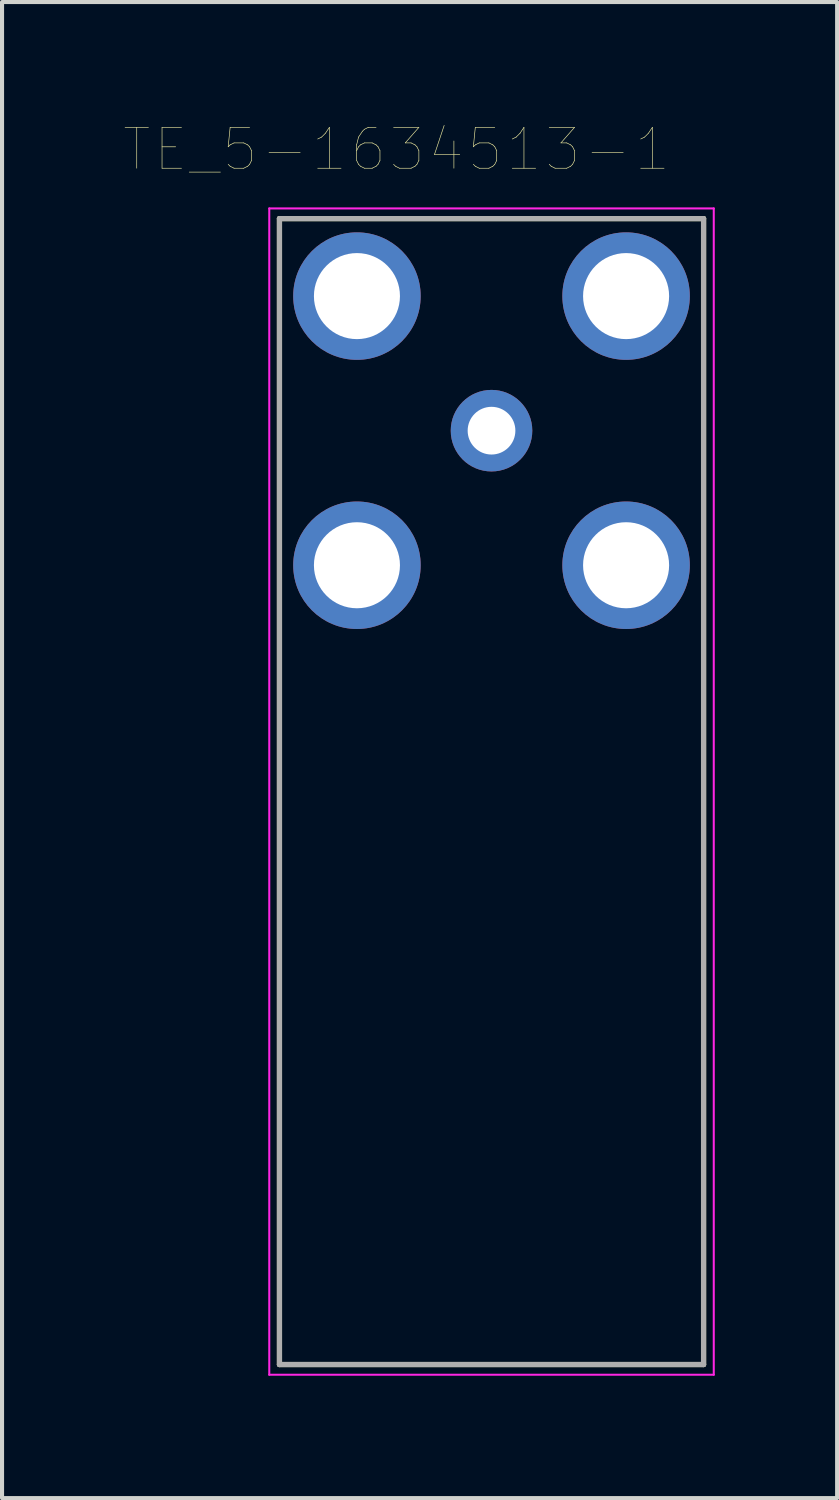
<source format=kicad_pcb>
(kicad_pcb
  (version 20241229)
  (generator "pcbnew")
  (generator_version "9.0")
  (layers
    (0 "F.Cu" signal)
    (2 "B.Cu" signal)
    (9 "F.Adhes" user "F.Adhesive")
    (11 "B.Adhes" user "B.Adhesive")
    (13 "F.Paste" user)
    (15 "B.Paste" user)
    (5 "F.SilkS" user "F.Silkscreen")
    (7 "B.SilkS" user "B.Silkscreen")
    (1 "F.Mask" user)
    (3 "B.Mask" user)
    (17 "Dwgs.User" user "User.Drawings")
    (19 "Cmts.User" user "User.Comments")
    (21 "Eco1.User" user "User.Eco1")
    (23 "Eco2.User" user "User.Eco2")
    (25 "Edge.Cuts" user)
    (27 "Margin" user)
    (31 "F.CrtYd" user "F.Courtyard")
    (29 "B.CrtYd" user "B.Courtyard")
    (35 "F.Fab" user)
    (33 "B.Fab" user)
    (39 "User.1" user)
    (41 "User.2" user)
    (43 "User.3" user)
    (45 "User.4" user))
  (footprint "TE_5-1634513-1"
    (layer "F.Cu")
    (at 9.003 7.511)
    (property "Reference" "TE_5-1634513-1" (at -2.33 -6.899 0) (layer "F.SilkS") (effects (font (size 1.002 1.002) (thickness 0.015))))
    (attr through_hole)
    (fp_line (start -5.2 -5.2) (end 5.2 -5.2) (stroke (width 0.127) (type solid)) (layer "F.SilkS"))
    (fp_line (start -5.2 22.9) (end -5.2 -5.2) (stroke (width 0.127) (type solid)) (layer "F.SilkS"))
    (fp_line (start 5.2 -5.2) (end 5.2 22.9) (stroke (width 0.127) (type solid)) (layer "F.SilkS"))
    (fp_line (start 5.2 22.9) (end -5.2 22.9) (stroke (width 0.127) (type solid)) (layer "F.SilkS"))
    (fp_line (start -5.45 -5.45) (end 5.45 -5.45) (stroke (width 0.05) (type solid)) (layer "F.CrtYd"))
    (fp_line (start -5.45 23.15) (end -5.45 -5.45) (stroke (width 0.05) (type solid)) (layer "F.CrtYd"))
    (fp_line (start 5.45 -5.45) (end 5.45 23.15) (stroke (width 0.05) (type solid)) (layer "F.CrtYd"))
    (fp_line (start 5.45 23.15) (end -5.45 23.15) (stroke (width 0.05) (type solid)) (layer "F.CrtYd"))
    (fp_line (start -5.2 -5.2) (end 5.2 -5.2) (stroke (width 0.127) (type solid)) (layer "F.Fab"))
    (fp_line (start -5.2 22.9) (end -5.2 -5.2) (stroke (width 0.127) (type solid)) (layer "F.Fab"))
    (fp_line (start 5.2 -5.2) (end 5.2 22.9) (stroke (width 0.127) (type solid)) (layer "F.Fab"))
    (fp_line (start 5.2 22.9) (end -5.2 22.9) (stroke (width 0.127) (type solid)) (layer "F.Fab"))
    (pad "1" thru_hole circle (at 0 0) (size 2 2) (drill 1.17) (layers "*.Cu" "*.Mask"))
    (pad "2" thru_hole circle (at -3.3 -3.3) (size 3.126 3.126) (drill 2.11) (layers "*.Cu" "*.Mask"))
    (pad "2" thru_hole circle (at -3.3 3.3) (size 3.126 3.126) (drill 2.11) (layers "*.Cu" "*.Mask"))
    (pad "2" thru_hole circle (at 3.3 -3.3) (size 3.126 3.126) (drill 2.11) (layers "*.Cu" "*.Mask"))
    (pad "2" thru_hole circle (at 3.3 3.3) (size 3.126 3.126) (drill 2.11) (layers "*.Cu" "*.Mask")))
  (gr_rect
    (start -3 -3)
    (end 17.478 33.686)
    (stroke (width 0.1) (type default))
    (fill no)
    (layer "Edge.Cuts")))
</source>
